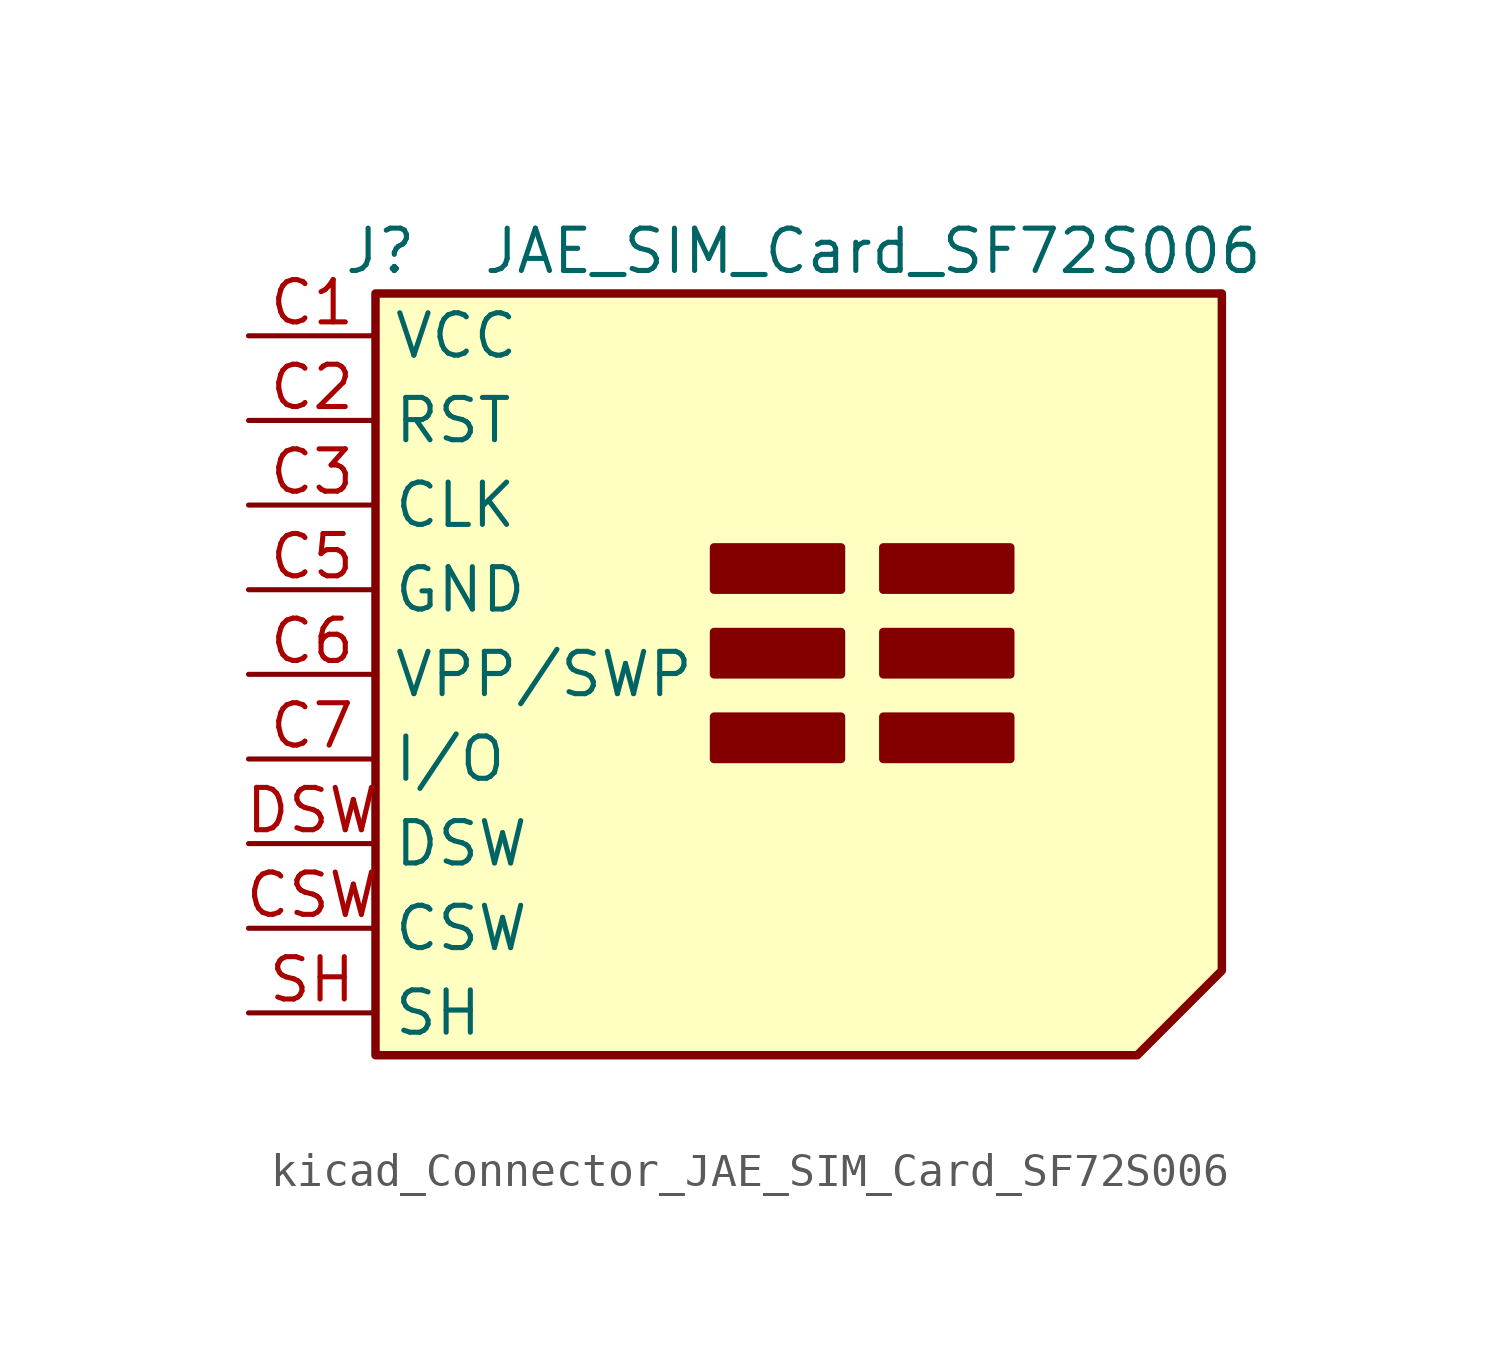
<source format=kicad_sym>
(kicad_symbol_lib
  (version 20220914)
  (generator kicad_symbol_editor)
  (symbol "kicad_Connector_JAE_SIM_Card_SF72S006"
    (property "Reference" "J"
      (at 5.08 12.7 0)
      (effects (font (size 1.27 1.27)) (justify right)))
    (property "Value" "JAE_SIM_Card_SF72S006"
      (at 30.48 12.7 0)
      (effects (font (size 1.27 1.27)) (justify right)))
    (symbol "kicad_Connector_JAE_SIM_Card_SF72S006_0_1"
      (polyline (pts (xy 3.81 11.43) (xy 3.81 -11.43) (xy 26.67 -11.43) (xy 29.21 -8.89) (xy 29.21 11.43) (xy 3.81 11.43)) (stroke (width 0.254) (type default)) (fill (type background)))
      (rectangle (start 13.97 -2.54) (end 17.78 -1.27) (stroke (width 0.254) (type default)) (fill (type outline)))
      (rectangle (start 13.97 0) (end 17.78 1.27) (stroke (width 0.254) (type default)) (fill (type outline)))
      (rectangle (start 13.97 2.54) (end 17.78 3.81) (stroke (width 0.254) (type default)) (fill (type outline)))
      (rectangle (start 19.05 -1.27) (end 22.86 -2.54) (stroke (width 0.254) (type default)) (fill (type outline)))
      (rectangle (start 19.05 0) (end 22.86 1.27) (stroke (width 0.254) (type default)) (fill (type outline)))
      (rectangle (start 19.05 2.54) (end 22.86 3.81) (stroke (width 0.254) (type default)) (fill (type outline))))
    (symbol "kicad_Connector_JAE_SIM_Card_SF72S006_1_1"
      (pin power_in line (at 0 10.16 0) (length 3.81) (name "VCC" (effects (font (size 1.27 1.27)))) (number "C1" (effects (font (size 1.27 1.27)))))
      (pin input line (at 0 7.62 0) (length 3.81) (name "RST" (effects (font (size 1.27 1.27)))) (number "C2" (effects (font (size 1.27 1.27)))))
      (pin input line (at 0 5.08 0) (length 3.81) (name "CLK" (effects (font (size 1.27 1.27)))) (number "C3" (effects (font (size 1.27 1.27)))))
      (pin power_in line (at 0 2.54 0) (length 3.81) (name "GND" (effects (font (size 1.27 1.27)))) (number "C5" (effects (font (size 1.27 1.27)))))
      (pin bidirectional line (at 0 0 0) (length 3.81) (name "VPP/SWP" (effects (font (size 1.27 1.27)))) (number "C6" (effects (font (size 1.27 1.27)))))
      (pin bidirectional line (at 0 -2.54 0) (length 3.81) (name "I/O" (effects (font (size 1.27 1.27)))) (number "C7" (effects (font (size 1.27 1.27)))))
      (pin passive line (at 0 -7.62 0) (length 3.81) (name "CSW" (effects (font (size 1.27 1.27)))) (number "CSW" (effects (font (size 1.27 1.27)))))
      (pin passive line (at 0 -5.08 0) (length 3.81) (name "DSW" (effects (font (size 1.27 1.27)))) (number "DSW" (effects (font (size 1.27 1.27)))))
      (pin passive line (at 0 -10.16 0) (length 3.81) (name "SH" (effects (font (size 1.27 1.27)))) (number "SH" (effects (font (size 1.27 1.27))))))))
</source>
